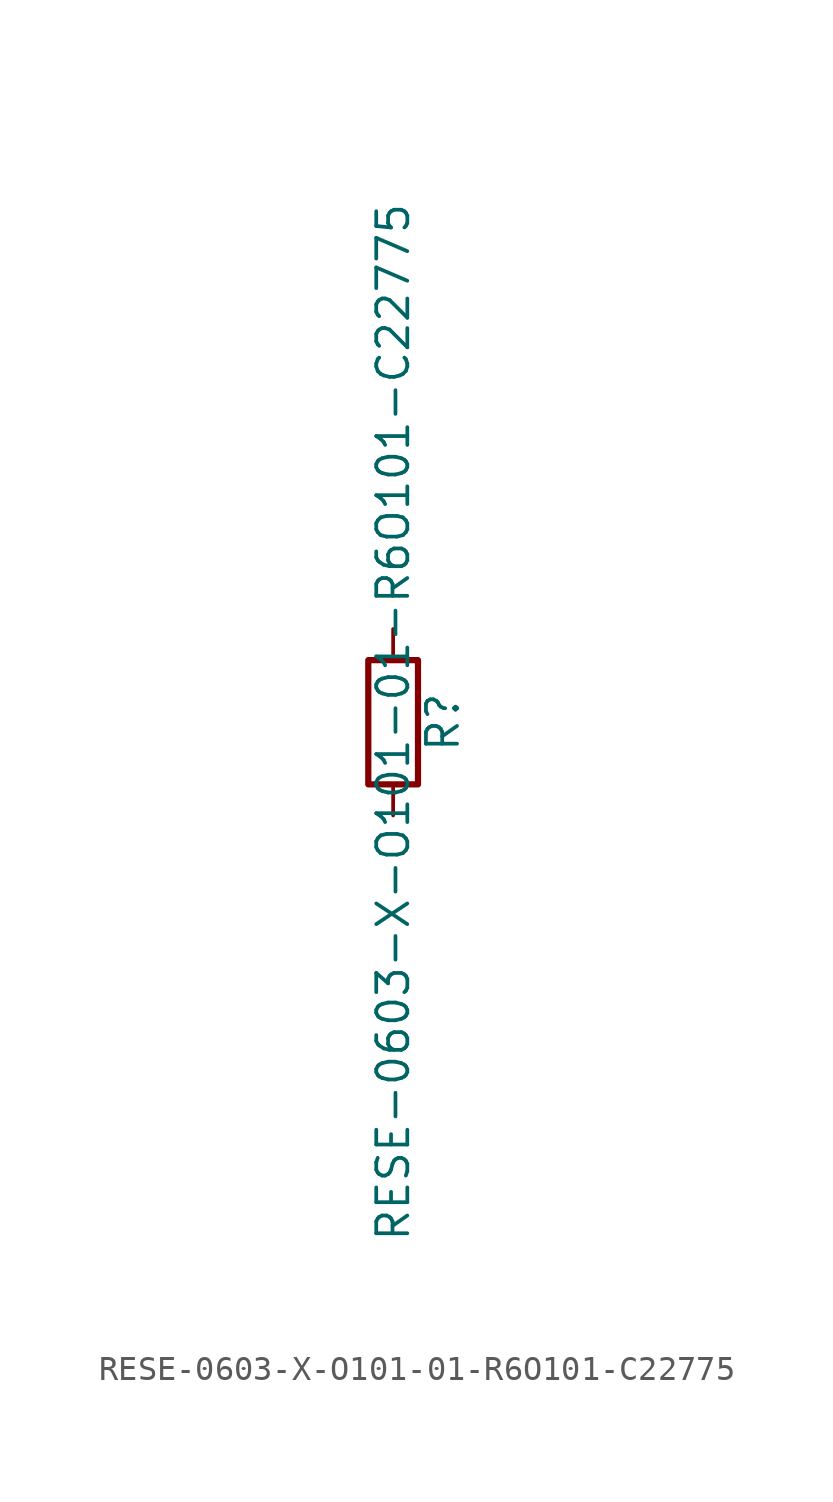
<source format=kicad_sym>
(kicad_symbol_lib
  (version 20211014)
  (generator kicad_symbol_editor)
  (symbol "RESE-0603-X-O101-01-R6O101-C22775"
    (pin_numbers hide)
    (pin_names
      (offset 0))
    (property "Reference" "R"
      (at 2.032 0 90)
      (effects (font (size 1.27 1.27))))
    (property "Value" "RESE-0603-X-O101-01-R6O101-C22775"
      (at 0 0 90)
      (effects (font (size 1.27 1.27))))
    (symbol "RESE-0603-X-O101-01-R6O101-C22775_0_1"
      (rectangle (start -1.016 -2.54) (end 1.016 2.54) (stroke (width 0.254) (type default) (color 0 0 0 0)) (fill (type none))))
    (symbol "RESE-0603-X-O101-01-R6O101-C22775_1_1"
      (pin passive line (at 0 3.81 270) (length 1.27) (name "~" (effects (font (size 1.27 1.27)))) (number "1" (effects (font (size 1.27 1.27)))))
      (pin passive line (at 0 -3.81 90) (length 1.27) (name "~" (effects (font (size 1.27 1.27)))) (number "2" (effects (font (size 1.27 1.27))))))))
</source>
